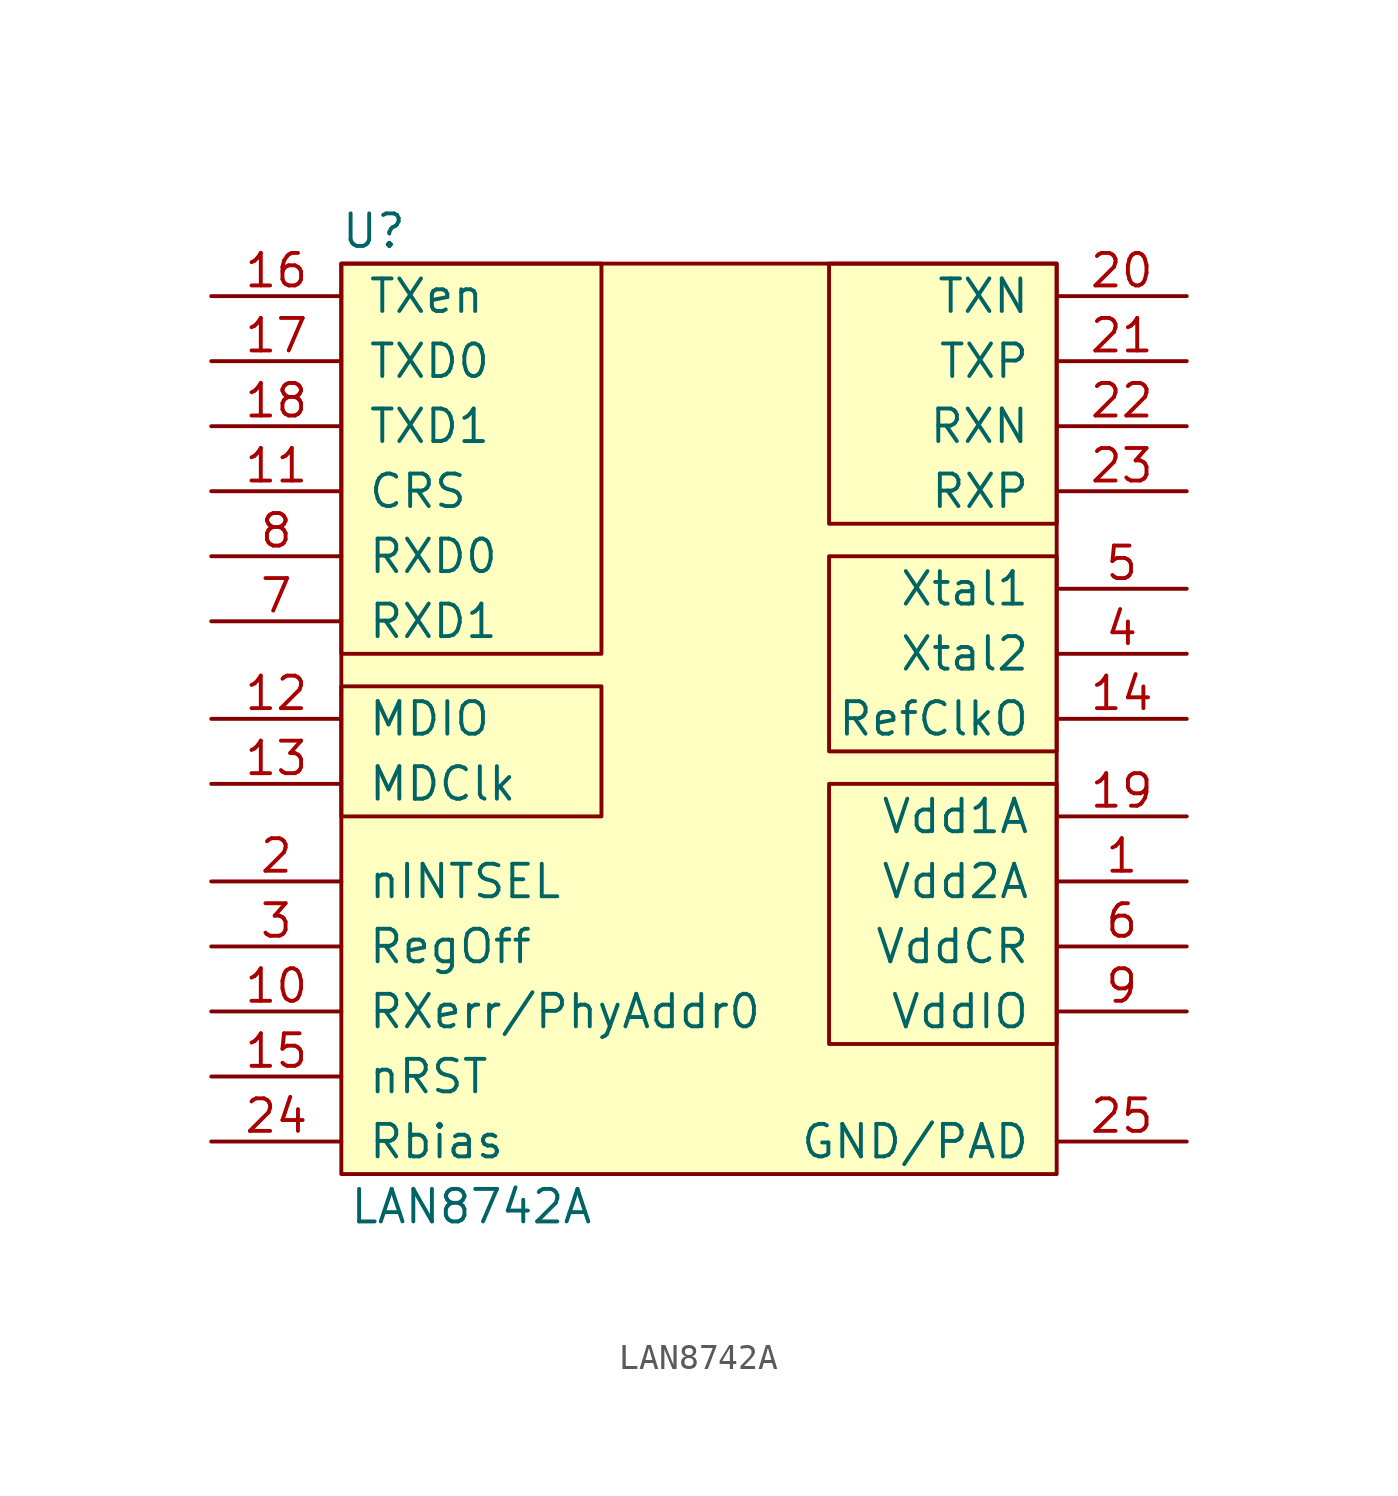
<source format=kicad_sym>
(kicad_symbol_lib
  (version 20211014)
  (generator kicad_symbol_editor)
  (symbol "LAN8742A"
    (pin_names
      (offset 1.016))
    (property "Reference" "U"
      (at -12.7 19.05 0)
      (effects (font (size 1.27 1.27))))
    (property "Value" "LAN8742A"
      (at -8.89 -19.05 0)
      (effects (font (size 1.27 1.27))))
    (symbol "LAN8742A_0_1"
      (rectangle (start -13.97 1.27) (end -3.81 -3.81) (stroke (width 0) (type default) (color 0 0 0 0)) (fill (type none)))
      (rectangle (start -13.97 2.54) (end -3.81 17.78) (stroke (width 0) (type default) (color 0 0 0 0)) (fill (type none)))
      (rectangle (start -13.97 17.78) (end 13.97 -17.78) (stroke (width 0) (type default) (color 0 0 0 0)) (fill (type background)))
      (rectangle (start 13.97 -2.54) (end 5.08 -12.7) (stroke (width 0) (type default) (color 0 0 0 0)) (fill (type none)))
      (rectangle (start 13.97 6.35) (end 5.08 -1.27) (stroke (width 0) (type default) (color 0 0 0 0)) (fill (type none)))
      (rectangle (start 13.97 7.62) (end 5.08 17.78) (stroke (width 0) (type default) (color 0 0 0 0)) (fill (type none))))
    (symbol "LAN8742A_1_1"
      (pin power_in line (at 19.05 -6.35 180) (length 5.08) (name "Vdd2A" (effects (font (size 1.27 1.27)))) (number "1" (effects (font (size 1.27 1.27)))))
      (pin input line (at -19.05 -11.43 0) (length 5.08) (name "RXerr/PhyAddr0" (effects (font (size 1.27 1.27)))) (number "10" (effects (font (size 1.27 1.27)))))
      (pin output line (at -19.05 8.89 0) (length 5.08) (name "CRS" (effects (font (size 1.27 1.27)))) (number "11" (effects (font (size 1.27 1.27)))))
      (pin bidirectional line (at -19.05 0 0) (length 5.08) (name "MDIO" (effects (font (size 1.27 1.27)))) (number "12" (effects (font (size 1.27 1.27)))))
      (pin input line (at -19.05 -2.54 0) (length 5.08) (name "MDClk" (effects (font (size 1.27 1.27)))) (number "13" (effects (font (size 1.27 1.27)))))
      (pin output line (at 19.05 0 180) (length 5.08) (name "RefClkO" (effects (font (size 1.27 1.27)))) (number "14" (effects (font (size 1.27 1.27)))))
      (pin input line (at -19.05 -13.97 0) (length 5.08) (name "nRST" (effects (font (size 1.27 1.27)))) (number "15" (effects (font (size 1.27 1.27)))))
      (pin input line (at -19.05 16.51 0) (length 5.08) (name "TXen" (effects (font (size 1.27 1.27)))) (number "16" (effects (font (size 1.27 1.27)))))
      (pin input line (at -19.05 13.97 0) (length 5.08) (name "TXD0" (effects (font (size 1.27 1.27)))) (number "17" (effects (font (size 1.27 1.27)))))
      (pin input line (at -19.05 11.43 0) (length 5.08) (name "TXD1" (effects (font (size 1.27 1.27)))) (number "18" (effects (font (size 1.27 1.27)))))
      (pin power_in line (at 19.05 -3.81 180) (length 5.08) (name "Vdd1A" (effects (font (size 1.27 1.27)))) (number "19" (effects (font (size 1.27 1.27)))))
      (pin output line (at -19.05 -6.35 0) (length 5.08) (name "nINTSEL" (effects (font (size 1.27 1.27)))) (number "2" (effects (font (size 1.27 1.27)))))
      (pin output line (at 19.05 16.51 180) (length 5.08) (name "TXN" (effects (font (size 1.27 1.27)))) (number "20" (effects (font (size 1.27 1.27)))))
      (pin output line (at 19.05 13.97 180) (length 5.08) (name "TXP" (effects (font (size 1.27 1.27)))) (number "21" (effects (font (size 1.27 1.27)))))
      (pin input line (at 19.05 11.43 180) (length 5.08) (name "RXN" (effects (font (size 1.27 1.27)))) (number "22" (effects (font (size 1.27 1.27)))))
      (pin input line (at 19.05 8.89 180) (length 5.08) (name "RXP" (effects (font (size 1.27 1.27)))) (number "23" (effects (font (size 1.27 1.27)))))
      (pin input line (at -19.05 -16.51 0) (length 5.08) (name "Rbias" (effects (font (size 1.27 1.27)))) (number "24" (effects (font (size 1.27 1.27)))))
      (pin power_in line (at 19.05 -16.51 180) (length 5.08) (name "GND/PAD" (effects (font (size 1.27 1.27)))) (number "25" (effects (font (size 1.27 1.27)))))
      (pin output line (at -19.05 -8.89 0) (length 5.08) (name "RegOff" (effects (font (size 1.27 1.27)))) (number "3" (effects (font (size 1.27 1.27)))))
      (pin input line (at 19.05 2.54 180) (length 5.08) (name "Xtal2" (effects (font (size 1.27 1.27)))) (number "4" (effects (font (size 1.27 1.27)))))
      (pin input line (at 19.05 5.08 180) (length 5.08) (name "Xtal1" (effects (font (size 1.27 1.27)))) (number "5" (effects (font (size 1.27 1.27)))))
      (pin power_in line (at 19.05 -8.89 180) (length 5.08) (name "VddCR" (effects (font (size 1.27 1.27)))) (number "6" (effects (font (size 1.27 1.27)))))
      (pin output line (at -19.05 3.81 0) (length 5.08) (name "RXD1" (effects (font (size 1.27 1.27)))) (number "7" (effects (font (size 1.27 1.27)))))
      (pin output line (at -19.05 6.35 0) (length 5.08) (name "RXD0" (effects (font (size 1.27 1.27)))) (number "8" (effects (font (size 1.27 1.27)))))
      (pin power_in line (at 19.05 -11.43 180) (length 5.08) (name "VddIO" (effects (font (size 1.27 1.27)))) (number "9" (effects (font (size 1.27 1.27))))))))
</source>
